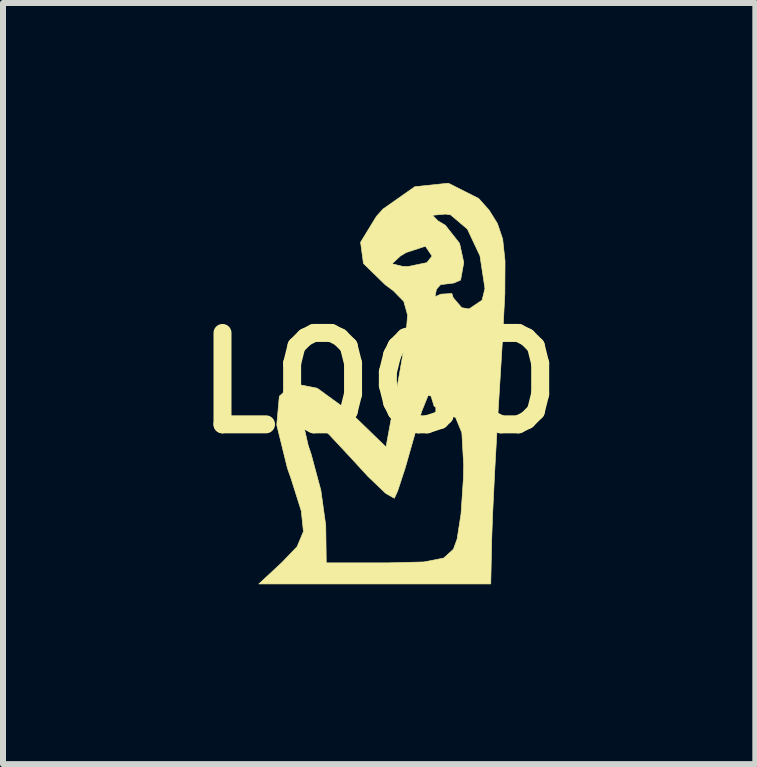
<source format=kicad_pcb>
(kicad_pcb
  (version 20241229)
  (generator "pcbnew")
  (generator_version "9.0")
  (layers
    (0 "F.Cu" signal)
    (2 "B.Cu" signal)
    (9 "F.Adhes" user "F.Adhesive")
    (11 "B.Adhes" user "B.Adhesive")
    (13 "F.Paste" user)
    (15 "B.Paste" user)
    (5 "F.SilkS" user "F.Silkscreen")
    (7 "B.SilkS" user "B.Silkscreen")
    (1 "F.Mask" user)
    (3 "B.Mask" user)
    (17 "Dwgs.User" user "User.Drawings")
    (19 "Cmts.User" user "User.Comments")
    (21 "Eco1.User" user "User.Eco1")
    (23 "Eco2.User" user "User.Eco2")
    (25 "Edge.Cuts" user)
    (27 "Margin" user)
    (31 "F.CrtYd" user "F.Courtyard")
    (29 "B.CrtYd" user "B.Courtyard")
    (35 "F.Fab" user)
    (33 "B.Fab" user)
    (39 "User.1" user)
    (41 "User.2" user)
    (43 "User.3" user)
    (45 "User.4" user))
  (footprint "LOGO"
    (layer "F.Cu")
    (at 3.273 3.337)
    (property "Reference" "LOGO" (at 0 0 0) (layer "F.SilkS") (effects (font (size 1.524 1.524) (thickness 0.3))))
    (attr through_hole)
    (fp_poly (pts (xy 1.66 -3.077) (xy 1.833 -2.883) (xy 1.973 -2.658) (xy 2.06 -2.4) (xy 2.099 -2.035) (xy 2.096 -1.491) (xy 2.055 -0.698) (xy 2.03 -0.287) (xy 1.974 0.628) (xy 1.926 1.488) (xy 1.892 2.192) (xy 1.877 2.602) (xy 1.861 3.351) (xy -2.007 3.351) (xy -1.621 2.992) (xy -1.368 2.728) (xy -1.263 2.477) (xy -1.299 2.133) (xy -1.47 1.591) (xy -1.53 1.421) (xy -1.708 0.699) (xy -1.706 0.675) (xy -1.267 0.675) (xy -1.184 1.038) (xy -1.133 1.191) (xy -0.972 1.79) (xy -0.891 2.373) (xy -0.89 2.425) (xy -0.882 2.999) (xy 0.156 2.999) (xy 0.746 2.984) (xy 1.076 2.919) (xy 1.238 2.772) (xy 1.3 2.602) (xy 1.365 2.184) (xy 1.404 1.601) (xy 1.409 1.367) (xy 1.379 0.829) (xy 1.274 0.574) (xy 1.147 0.529) (xy 0.915 0.384) (xy 0.866 0.22) (xy 0.818 0.204) (xy 0.71 0.47) (xy 0.587 0.881) (xy 0.433 1.421) (xy 0.308 1.802) (xy 0.253 1.922) (xy 0.11 1.841) (xy -0.187 1.558) (xy -0.459 1.261) (xy -0.836 0.857) (xy -1.127 0.591) (xy -1.235 0.529) (xy -1.267 0.675) (xy -1.706 0.675) (xy -1.665 0.221) (xy -1.431 0.009) (xy -1.033 0.087) (xy -0.497 0.476) (xy -0.437 0.533) (xy 0.114 1.067) (xy 0.333 -0.122) (xy 0.443 -0.752) (xy 0.474 -1.133) (xy 0.41 -1.362) (xy 0.236 -1.539) (xy 0.1 -1.64) (xy -0.257 -1.988) (xy 0.214 -1.988) (xy 0.389 -1.945) (xy 0.485 -1.943) (xy 0.795 -2.007) (xy 0.882 -2.117) (xy 0.771 -2.281) (xy 0.45 -2.176) (xy 0.353 -2.117) (xy 0.214 -1.988) (xy -0.257 -1.988) (xy -0.262 -1.993) (xy -0.31 -2.347) (xy -0.047 -2.777) (xy -0.029 -2.797) (xy 0.889 -2.797) (xy 0.984 -2.702) (xy 1.102 -2.632) (xy 1.341 -2.329) (xy 1.411 -2.009) (xy 1.358 -1.716) (xy 1.247 -1.668) (xy 1.024 -1.64) (xy 0.955 -1.563) (xy 0.931 -1.439) (xy 1.031 -1.482) (xy 1.212 -1.492) (xy 1.235 -1.422) (xy 1.377 -1.256) (xy 1.499 -1.235) (xy 1.716 -1.381) (xy 1.764 -1.576) (xy 1.681 -2.121) (xy 1.471 -2.567) (xy 1.193 -2.803) (xy 1.107 -2.817) (xy 0.889 -2.797) (xy -0.029 -2.797) (xy 0.064 -2.901) (xy 0.595 -3.274) (xy 1.154 -3.332) (xy 1.66 -3.077)) (stroke (width 0.01) (type solid)) (fill yes) (layer "F.SilkS")))
  (gr_rect
    (start -3 -3)
    (end 9.546 9.693)
    (stroke (width 0.1) (type default))
    (fill no)
    (layer "Edge.Cuts")))
</source>
